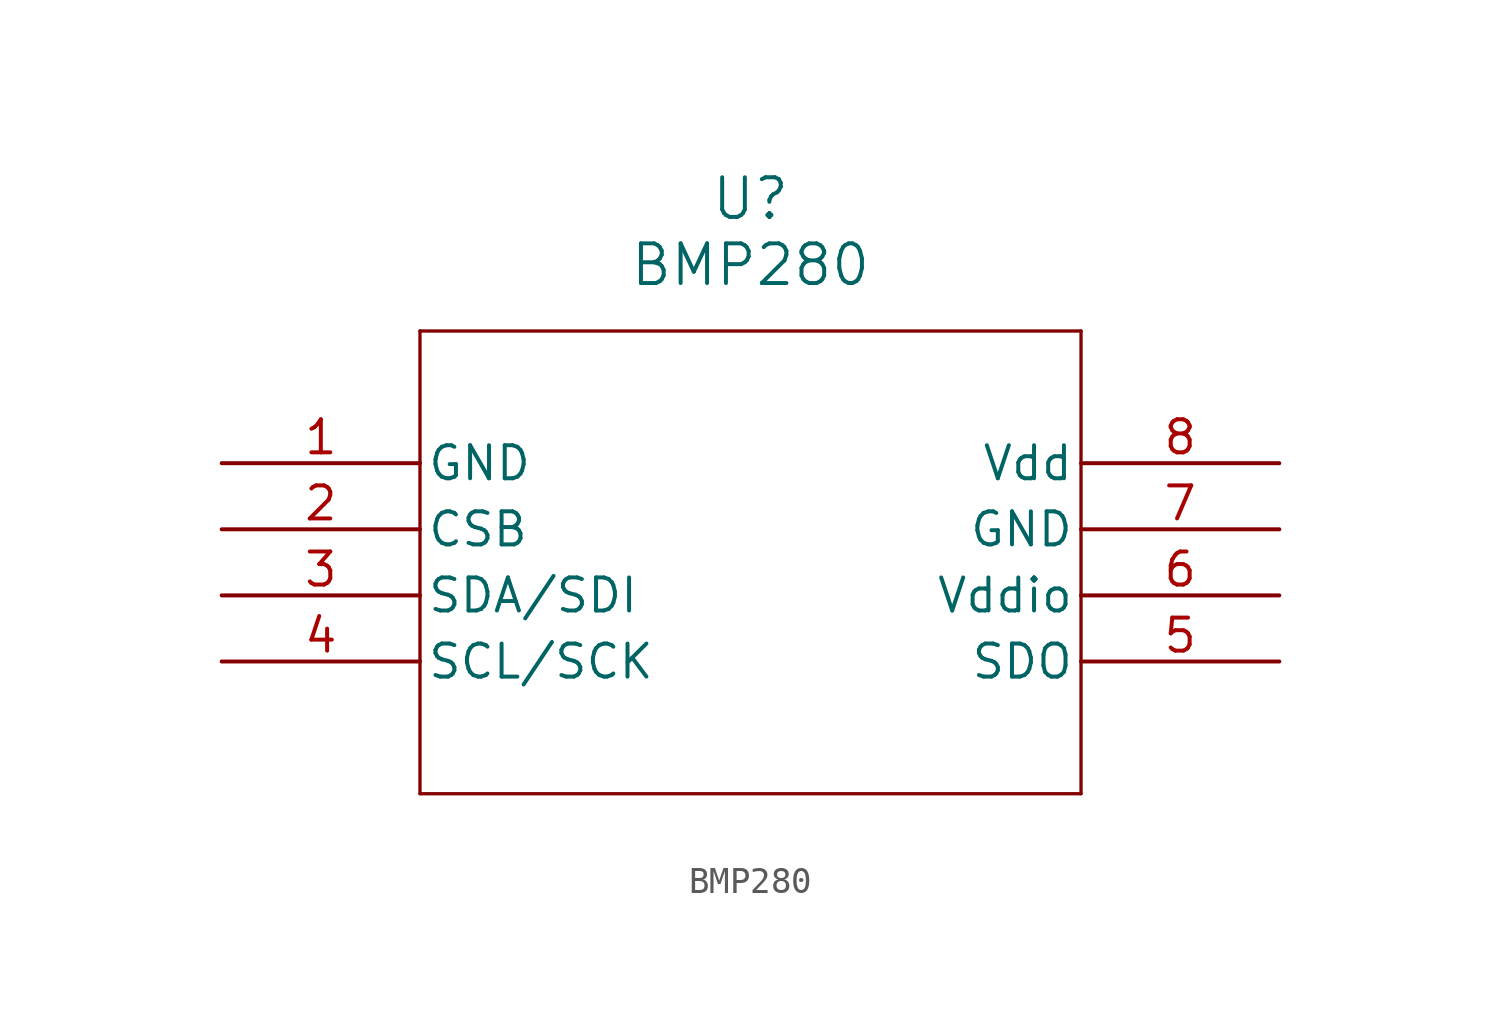
<source format=kicad_sym>
(kicad_symbol_lib
  (version 20220914)
  (generator kicad_symbol_editor)
  (symbol "BMP280"
    (pin_names
      (offset 0.254))
    (property "Reference" "U"
      (at 20.32 10.16 0)
      (effects (font (size 1.524 1.524))))
    (property "Value" "BMP280"
      (at 20.32 7.62 0)
      (effects (font (size 1.524 1.524))))
    (property "ki_locked" ""
      (at 0 0 0)
      (effects (font (size 1.27 1.27))))
    (symbol "BMP280_0_1"
      (polyline (pts (xy 7.62 -12.7) (xy 33.02 -12.7)) (stroke (width 0.127) (type default)) (fill (type none)))
      (polyline (pts (xy 7.62 5.08) (xy 7.62 -12.7)) (stroke (width 0.127) (type default)) (fill (type none)))
      (polyline (pts (xy 33.02 -12.7) (xy 33.02 5.08)) (stroke (width 0.127) (type default)) (fill (type none)))
      (polyline (pts (xy 33.02 5.08) (xy 7.62 5.08)) (stroke (width 0.127) (type default)) (fill (type none))))
    (symbol "BMP280_1_1"
      (pin power_in line (at 0 0 0) (length 7.62) (name "GND" (effects (font (size 1.27 1.27)))) (number "1" (effects (font (size 1.27 1.27)))))
      (pin input line (at 0 -2.54 0) (length 7.62) (name "CSB" (effects (font (size 1.27 1.27)))) (number "2" (effects (font (size 1.27 1.27)))))
      (pin bidirectional line (at 0 -5.08 0) (length 7.62) (name "SDA/SDI" (effects (font (size 1.27 1.27)))) (number "3" (effects (font (size 1.27 1.27)))))
      (pin input line (at 0 -7.62 0) (length 7.62) (name "SCL/SCK" (effects (font (size 1.27 1.27)))) (number "4" (effects (font (size 1.27 1.27)))))
      (pin bidirectional line (at 40.64 -7.62 180) (length 7.62) (name "SDO" (effects (font (size 1.27 1.27)))) (number "5" (effects (font (size 1.27 1.27)))))
      (pin power_in line (at 40.64 -5.08 180) (length 7.62) (name "Vddio" (effects (font (size 1.27 1.27)))) (number "6" (effects (font (size 1.27 1.27)))))
      (pin power_in line (at 40.64 -2.54 180) (length 7.62) (name "GND" (effects (font (size 1.27 1.27)))) (number "7" (effects (font (size 1.27 1.27)))))
      (pin unspecified line (at 40.64 0 180) (length 7.62) (name "Vdd" (effects (font (size 1.27 1.27)))) (number "8" (effects (font (size 1.27 1.27))))))))
</source>
